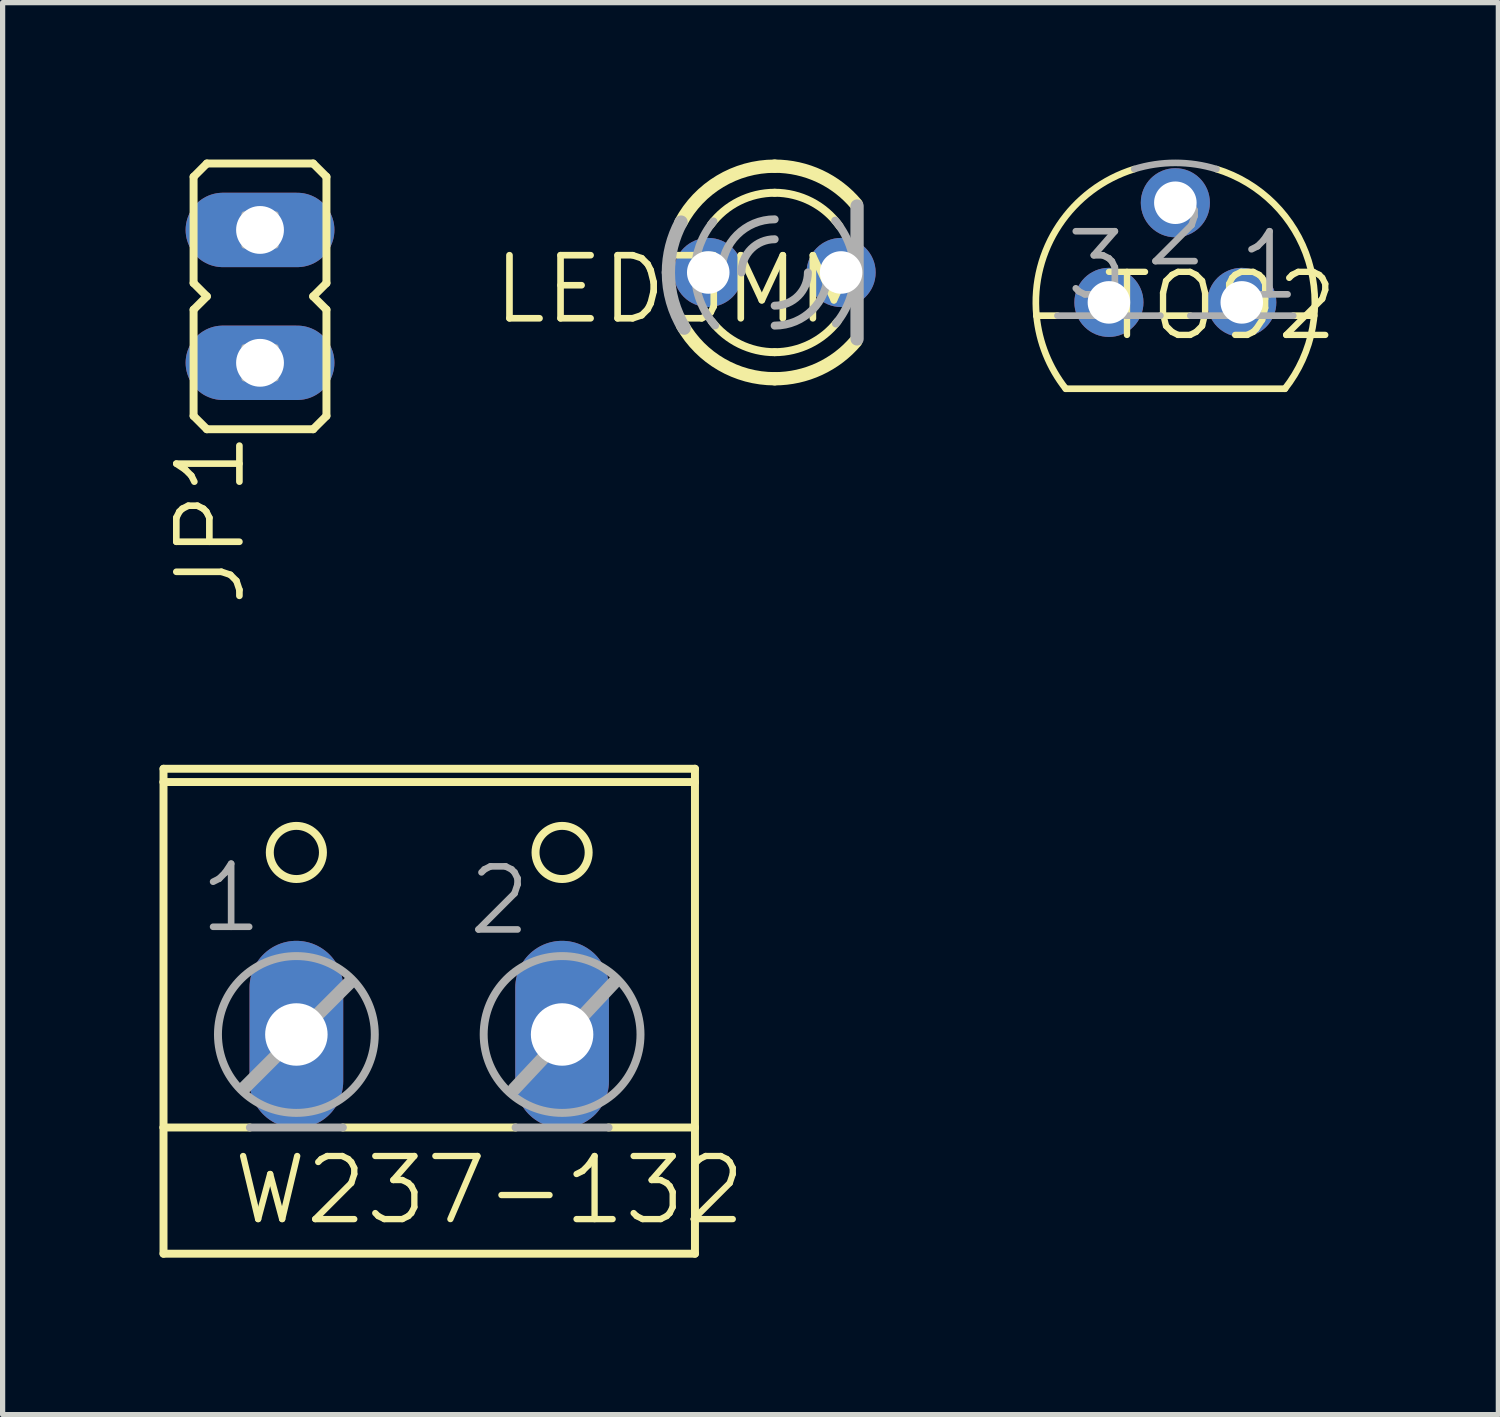
<source format=kicad_pcb>
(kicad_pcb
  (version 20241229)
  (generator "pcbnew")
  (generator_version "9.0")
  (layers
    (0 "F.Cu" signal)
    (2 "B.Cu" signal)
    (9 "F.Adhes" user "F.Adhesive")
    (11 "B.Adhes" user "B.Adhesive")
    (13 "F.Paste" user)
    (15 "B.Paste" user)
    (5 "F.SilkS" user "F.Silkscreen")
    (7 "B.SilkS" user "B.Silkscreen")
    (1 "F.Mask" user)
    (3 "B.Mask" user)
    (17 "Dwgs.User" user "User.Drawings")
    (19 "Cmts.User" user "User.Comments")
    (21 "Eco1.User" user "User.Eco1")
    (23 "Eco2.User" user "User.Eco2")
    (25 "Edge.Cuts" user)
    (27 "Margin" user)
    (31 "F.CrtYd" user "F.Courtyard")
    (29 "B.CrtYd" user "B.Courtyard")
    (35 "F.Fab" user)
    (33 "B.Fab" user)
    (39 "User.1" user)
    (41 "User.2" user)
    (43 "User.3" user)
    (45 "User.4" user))
  (footprint "W237-132"
    (layer "F.Cu")
    (at 5.156 16.092)
    (property "Reference" "W237-132" (at -3.81 4.318 0) (layer "F.SilkS") (effects (font (size 1.206 1.206) (thickness 0.121)) (justify left bottom)))
    (attr through_hole)
    (fp_line (start -5.08 -4.445) (end 5.08 -4.445) (stroke (width 0.152) (type solid)) (layer "F.SilkS"))
    (fp_line (start -5.08 -4.191) (end -5.08 -4.445) (stroke (width 0.152) (type solid)) (layer "F.SilkS"))
    (fp_line (start -5.08 -4.191) (end -5.08 2.413) (stroke (width 0.152) (type solid)) (layer "F.SilkS"))
    (fp_line (start -5.08 -4.191) (end 5.08 -4.191) (stroke (width 0.152) (type solid)) (layer "F.SilkS"))
    (fp_line (start -5.08 2.413) (end -5.08 4.826) (stroke (width 0.152) (type solid)) (layer "F.SilkS"))
    (fp_line (start -5.08 2.413) (end -3.429 2.413) (stroke (width 0.152) (type solid)) (layer "F.SilkS"))
    (fp_line (start -1.651 2.413) (end 1.651 2.413) (stroke (width 0.152) (type solid)) (layer "F.SilkS"))
    (fp_line (start 3.429 2.413) (end 5.08 2.413) (stroke (width 0.152) (type solid)) (layer "F.SilkS"))
    (fp_line (start 5.08 -4.191) (end 5.08 -4.445) (stroke (width 0.152) (type solid)) (layer "F.SilkS"))
    (fp_line (start 5.08 2.413) (end 5.08 -4.191) (stroke (width 0.152) (type solid)) (layer "F.SilkS"))
    (fp_line (start 5.08 4.826) (end -5.08 4.826) (stroke (width 0.152) (type solid)) (layer "F.SilkS"))
    (fp_line (start 5.08 4.826) (end 5.08 2.413) (stroke (width 0.152) (type solid)) (layer "F.SilkS"))
    (fp_circle (center -2.54 -2.845) (end -2.032 -2.845) (stroke (width 0.152) (type solid)) (fill no) (layer "F.SilkS"))
    (fp_circle (center 2.54 -2.845) (end 3.048 -2.845) (stroke (width 0.152) (type solid)) (fill no) (layer "F.SilkS"))
    (fp_line (start -3.531 1.651) (end -1.524 -0.356) (stroke (width 0.254) (type solid)) (layer "F.Fab"))
    (fp_line (start -3.429 2.413) (end -1.651 2.413) (stroke (width 0.152) (type solid)) (layer "F.Fab"))
    (fp_line (start 1.626 1.676) (end 3.531 -0.356) (stroke (width 0.254) (type solid)) (layer "F.Fab"))
    (fp_line (start 1.651 2.413) (end 3.429 2.413) (stroke (width 0.152) (type solid)) (layer "F.Fab"))
    (fp_circle (center -2.54 0.635) (end -1.041 0.635) (stroke (width 0.152) (type solid)) (fill no) (layer "F.Fab"))
    (fp_circle (center 2.54 0.635) (end 4.039 0.635) (stroke (width 0.152) (type solid)) (fill no) (layer "F.Fab"))
    (fp_text user "2" (at 0.686 -1.219 0) (layer "F.Fab") (effects (font (size 1.206 1.206) (thickness 0.127)) (justify left bottom)))
    (fp_text user "1" (at -4.445 -1.27 0) (layer "F.Fab") (effects (font (size 1.206 1.206) (thickness 0.127)) (justify left bottom)))
    (pad "1" thru_hole oval (at -2.54 0.635 90) (size 3.581 1.791) (drill 1.194) (layers "*.Cu" "*.Mask"))
    (pad "2" thru_hole oval (at 2.54 0.635 90) (size 3.581 1.791) (drill 1.194) (layers "*.Cu" "*.Mask")))
  (footprint "JP1"
    (layer "F.Cu")
    (at 1.921 2.616)
    (property "Reference" "JP1" (at -1.651 2.54 90) (layer "F.SilkS") (effects (font (size 1.206 1.206) (thickness 0.127)) (justify right top)))
    (attr through_hole)
    (fp_line (start -1.27 -2.286) (end -1.27 -0.254) (stroke (width 0.152) (type solid)) (layer "F.SilkS"))
    (fp_line (start -1.27 -2.286) (end -1.016 -2.54) (stroke (width 0.152) (type solid)) (layer "F.SilkS"))
    (fp_line (start -1.27 0.254) (end -1.27 2.286) (stroke (width 0.152) (type solid)) (layer "F.SilkS"))
    (fp_line (start -1.016 0) (end -1.27 -0.254) (stroke (width 0.152) (type solid)) (layer "F.SilkS"))
    (fp_line (start -1.016 0) (end -1.27 0.254) (stroke (width 0.152) (type solid)) (layer "F.SilkS"))
    (fp_line (start -1.016 2.54) (end -1.27 2.286) (stroke (width 0.152) (type solid)) (layer "F.SilkS"))
    (fp_line (start -1.016 2.54) (end 1.016 2.54) (stroke (width 0.152) (type solid)) (layer "F.SilkS"))
    (fp_line (start 1.016 -2.54) (end -1.016 -2.54) (stroke (width 0.152) (type solid)) (layer "F.SilkS"))
    (fp_line (start 1.016 0) (end 1.27 -0.254) (stroke (width 0.152) (type solid)) (layer "F.SilkS"))
    (fp_line (start 1.016 0) (end 1.27 0.254) (stroke (width 0.152) (type solid)) (layer "F.SilkS"))
    (fp_line (start 1.016 2.54) (end 1.27 2.286) (stroke (width 0.152) (type solid)) (layer "F.SilkS"))
    (fp_line (start 1.27 -2.286) (end 1.016 -2.54) (stroke (width 0.152) (type solid)) (layer "F.SilkS"))
    (fp_line (start 1.27 -2.286) (end 1.27 -0.254) (stroke (width 0.152) (type solid)) (layer "F.SilkS"))
    (fp_line (start 1.27 0.254) (end 1.27 2.286) (stroke (width 0.152) (type solid)) (layer "F.SilkS"))
    (fp_poly (pts (xy -0.305 -0.965) (xy 0.305 -0.965) (xy 0.305 -1.575) (xy -0.305 -1.575)) (stroke (width 0.1) (type solid)) (fill no) (layer "F.Fab"))
    (fp_poly (pts (xy -0.305 1.575) (xy 0.305 1.575) (xy 0.305 0.965) (xy -0.305 0.965)) (stroke (width 0.1) (type solid)) (fill no) (layer "F.Fab"))
    (pad "1" thru_hole oval (at 0 1.27) (size 2.845 1.422) (drill 0.914) (layers "*.Cu" "*.Mask"))
    (pad "2" thru_hole oval (at 0 -1.27) (size 2.845 1.422) (drill 0.914) (layers "*.Cu" "*.Mask")))
  (footprint "LED3MM"
    (layer "F.Cu")
    (at 11.76 2.159)
    (property "Reference" "LED3MM" (at 1.905 -0.381 0) (layer "F.SilkS") (effects (font (size 1.206 1.206) (thickness 0.127)) (justify right top)))
    (attr through_hole)
    (fp_arc (start -1.7929 -0.9562) (mid -1.045438 -1.7424) (end 0 -2.032) (stroke (width 0.254) (type solid)) (layer "F.SilkS"))
    (fp_arc (start -1.2192 -0.9144) (mid -0.681554 -1.363107) (end 0 -1.524) (stroke (width 0.1524) (type solid)) (layer "F.SilkS"))
    (fp_arc (start 0 -2.032) (mid 0.861864 -1.840173) (end 1.561 -1.3009) (stroke (width 0.254) (type solid)) (layer "F.SilkS"))
    (fp_arc (start 0 -1.524) (mid 0.697339 -1.355082) (end 1.2401 -0.885801) (stroke (width 0.1524) (type solid)) (layer "F.SilkS"))
    (fp_arc (start 0 1.524) (mid -0.669593 1.369018) (end -1.203 0.9356) (stroke (width 0.1524) (type solid)) (layer "F.SilkS"))
    (fp_arc (start 0 2.032) (mid -1.019924 1.757525) (end -1.7643 1.0082) (stroke (width 0.254) (type solid)) (layer "F.SilkS"))
    (fp_arc (start 1.203 0.9356) (mid 0.669593 1.369018) (end 0 1.524) (stroke (width 0.1524) (type solid)) (layer "F.SilkS"))
    (fp_arc (start 1.5512 1.3126) (mid 0.854953 1.843405) (end 0 2.032) (stroke (width 0.254) (type solid)) (layer "F.SilkS"))
    (fp_line (start 1.575 1.27) (end 1.575 -1.27) (stroke (width 0.254) (type solid)) (layer "F.Fab"))
    (fp_arc (start -2.032 0) (mid -1.970339 -0.496775) (end -1.7891 -0.9634) (stroke (width 0.254) (type solid)) (layer "F.Fab"))
    (fp_arc (start -1.7306 1.065) (mid -1.95521 0.553417) (end -2.032 0) (stroke (width 0.254) (type solid)) (layer "F.Fab"))
    (fp_arc (start -1.524 0) (mid -1.432981 -0.518783) (end -1.1708 -0.9756) (stroke (width 0.1524) (type solid)) (layer "F.Fab"))
    (fp_arc (start -1.1391 1.0125) (mid -1.42454 0.5416) (end -1.524 0) (stroke (width 0.1524) (type solid)) (layer "F.Fab"))
    (fp_arc (start -1.016 0) (mid -0.71842 -0.71842) (end 0 -1.016) (stroke (width 0.1524) (type solid)) (layer "F.Fab"))
    (fp_arc (start -0.635 0) (mid -0.449013 -0.449013) (end 0 -0.635) (stroke (width 0.1524) (type solid)) (layer "F.Fab"))
    (fp_arc (start 0.635 0) (mid 0.449013 0.449013) (end 0 0.635) (stroke (width 0.1524) (type solid)) (layer "F.Fab"))
    (fp_arc (start 1.016 0) (mid 0.71842 0.71842) (end 0 1.016) (stroke (width 0.1524) (type solid)) (layer "F.Fab"))
    (fp_arc (start 1.1571 -0.9918) (mid 1.429332 -0.528744) (end 1.524 0) (stroke (width 0.1524) (type solid)) (layer "F.Fab"))
    (fp_arc (start 1.524 0) (mid 1.432981 0.518783) (end 1.1708 0.9756) (stroke (width 0.1524) (type solid)) (layer "F.Fab"))
    (pad "A" thru_hole circle (at -1.27 0) (size 1.321 1.321) (drill 0.813) (layers "*.Cu" "*.Mask"))
    (pad "K" thru_hole circle (at 1.27 0) (size 1.321 1.321) (drill 0.813) (layers "*.Cu" "*.Mask")))
  (footprint "TO92"
    (layer "F.Cu")
    (at 19.42 2.731)
    (property "Reference" "TO92" (at 3.175 -0.635 180) (layer "F.SilkS") (effects (font (size 1.206 1.206) (thickness 0.121)) (justify right top)))
    (attr through_hole)
    (fp_line (start -2.655 0.254) (end -2.254 0.254) (stroke (width 0.127) (type solid)) (layer "F.SilkS"))
    (fp_line (start -2.095 1.651) (end 2.095 1.651) (stroke (width 0.127) (type solid)) (layer "F.SilkS"))
    (fp_line (start -0.286 0.254) (end 0.286 0.254) (stroke (width 0.127) (type solid)) (layer "F.SilkS"))
    (fp_line (start 2.254 0.254) (end 2.655 0.254) (stroke (width 0.127) (type solid)) (layer "F.SilkS"))
    (fp_arc (start -2.6549 0.254) (mid -2.219001 -1.479566) (end -0.786299 -2.548501) (stroke (width 0.127) (type solid)) (layer "F.SilkS"))
    (fp_arc (start -2.0946 1.651) (mid -2.475347 0.992847) (end -2.654901 0.254) (stroke (width 0.127) (type solid)) (layer "F.SilkS"))
    (fp_arc (start 0.7863 -2.5484) (mid 2.546275 -0.793203) (end 2.094499 1.651) (stroke (width 0.127) (type solid)) (layer "F.SilkS"))
    (fp_line (start -2.254 0.254) (end -0.286 0.254) (stroke (width 0.127) (type solid)) (layer "F.Fab"))
    (fp_line (start 0.286 0.254) (end 2.254 0.254) (stroke (width 0.127) (type solid)) (layer "F.Fab"))
    (fp_arc (start -0.7863 -2.5485) (mid 0 -2.667043) (end 0.7863 -2.5485) (stroke (width 0.127) (type solid)) (layer "F.Fab"))
    (fp_text user "2" (at -0.635 -0.635 0) (layer "F.Fab") (effects (font (size 1.206 1.206) (thickness 0.127)) (justify left bottom)))
    (fp_text user "3" (at -2.159 0 0) (layer "F.Fab") (effects (font (size 1.206 1.206) (thickness 0.127)) (justify left bottom)))
    (fp_text user "1" (at 1.143 0 0) (layer "F.Fab") (effects (font (size 1.206 1.206) (thickness 0.127)) (justify left bottom)))
    (pad "1" thru_hole circle (at 1.27 0) (size 1.321 1.321) (drill 0.813) (layers "*.Cu" "*.Mask"))
    (pad "2" thru_hole circle (at 0 -1.905) (size 1.321 1.321) (drill 0.813) (layers "*.Cu" "*.Mask"))
    (pad "3" thru_hole circle (at -1.27 0) (size 1.321 1.321) (drill 0.813) (layers "*.Cu" "*.Mask")))
  (gr_rect
    (start -3 -3)
    (end 25.595 23.994)
    (stroke (width 0.1) (type default))
    (fill no)
    (layer "Edge.Cuts")))
</source>
